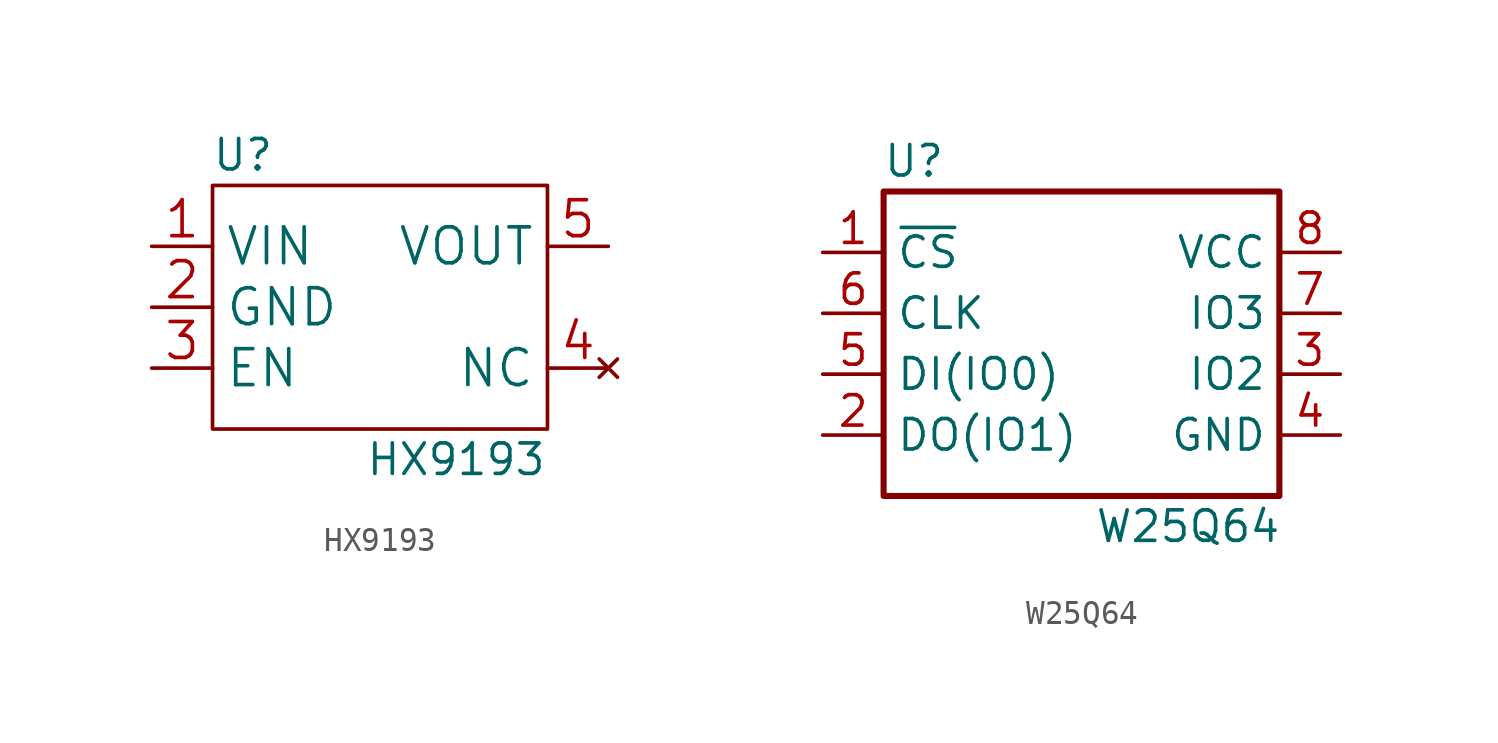
<source format=kicad_sym>
(kicad_symbol_lib
  (version 20211014)
  (generator kicad_symbol_editor)
  (symbol "HX9193"
    (property "Reference" "U"
      (at 1.27 11.43 0)
      (effects (font (size 1.27 1.27))))
    (property "Value" "HX9193"
      (at 10.16 -1.27 0)
      (effects (font (size 1.27 1.27))))
    (symbol "HX9193_0_1"
      (rectangle (start 0 10.16) (end 13.97 0) (stroke (width 0) (type default) (color 0 0 0 0)) (fill (type none))))
    (symbol "HX9193_1_1"
      (pin power_in line (at -2.54 7.62 0) (length 2.54) (name "VIN" (effects (font (size 1.499 1.499)))) (number "1" (effects (font (size 1.499 1.499)))))
      (pin power_in line (at -2.54 5.08 0) (length 2.54) (name "GND" (effects (font (size 1.499 1.499)))) (number "2" (effects (font (size 1.499 1.499)))))
      (pin input line (at -2.54 2.54 0) (length 2.54) (name "EN" (effects (font (size 1.499 1.499)))) (number "3" (effects (font (size 1.499 1.499)))))
      (pin no_connect line (at 16.51 2.54 180) (length 2.54) (name "NC" (effects (font (size 1.499 1.499)))) (number "4" (effects (font (size 1.499 1.499)))))
      (pin power_out line (at 16.51 7.62 180) (length 2.54) (name "VOUT" (effects (font (size 1.499 1.499)))) (number "5" (effects (font (size 1.499 1.499)))))))
  (symbol "W25Q64"
    (property "Reference" "U"
      (at 1.27 13.97 0)
      (effects (font (size 1.27 1.27))))
    (property "Value" "W25Q64"
      (at 12.7 -1.27 0)
      (effects (font (size 1.27 1.27))))
    (symbol "W25Q64_0_1"
      (rectangle (start 0 12.7) (end 16.51 0) (stroke (width 0.254) (type default) (color 0 0 0 0)) (fill (type none))))
    (symbol "W25Q64_1_1"
      (pin input line (at -2.54 10.16 0) (length 2.54) (name "~{CS}" (effects (font (size 1.27 1.27)))) (number "1" (effects (font (size 1.27 1.27)))))
      (pin bidirectional line (at -2.54 2.54 0) (length 2.54) (name "DO(IO1)" (effects (font (size 1.27 1.27)))) (number "2" (effects (font (size 1.27 1.27)))))
      (pin bidirectional line (at 19.05 5.08 180) (length 2.54) (name "IO2" (effects (font (size 1.27 1.27)))) (number "3" (effects (font (size 1.27 1.27)))))
      (pin power_in line (at 19.05 2.54 180) (length 2.54) (name "GND" (effects (font (size 1.27 1.27)))) (number "4" (effects (font (size 1.27 1.27)))))
      (pin bidirectional line (at -2.54 5.08 0) (length 2.54) (name "DI(IO0)" (effects (font (size 1.27 1.27)))) (number "5" (effects (font (size 1.27 1.27)))))
      (pin input line (at -2.54 7.62 0) (length 2.54) (name "CLK" (effects (font (size 1.27 1.27)))) (number "6" (effects (font (size 1.27 1.27)))))
      (pin bidirectional line (at 19.05 7.62 180) (length 2.54) (name "IO3" (effects (font (size 1.27 1.27)))) (number "7" (effects (font (size 1.27 1.27)))))
      (pin power_in line (at 19.05 10.16 180) (length 2.54) (name "VCC" (effects (font (size 1.27 1.27)))) (number "8" (effects (font (size 1.27 1.27))))))))
</source>
